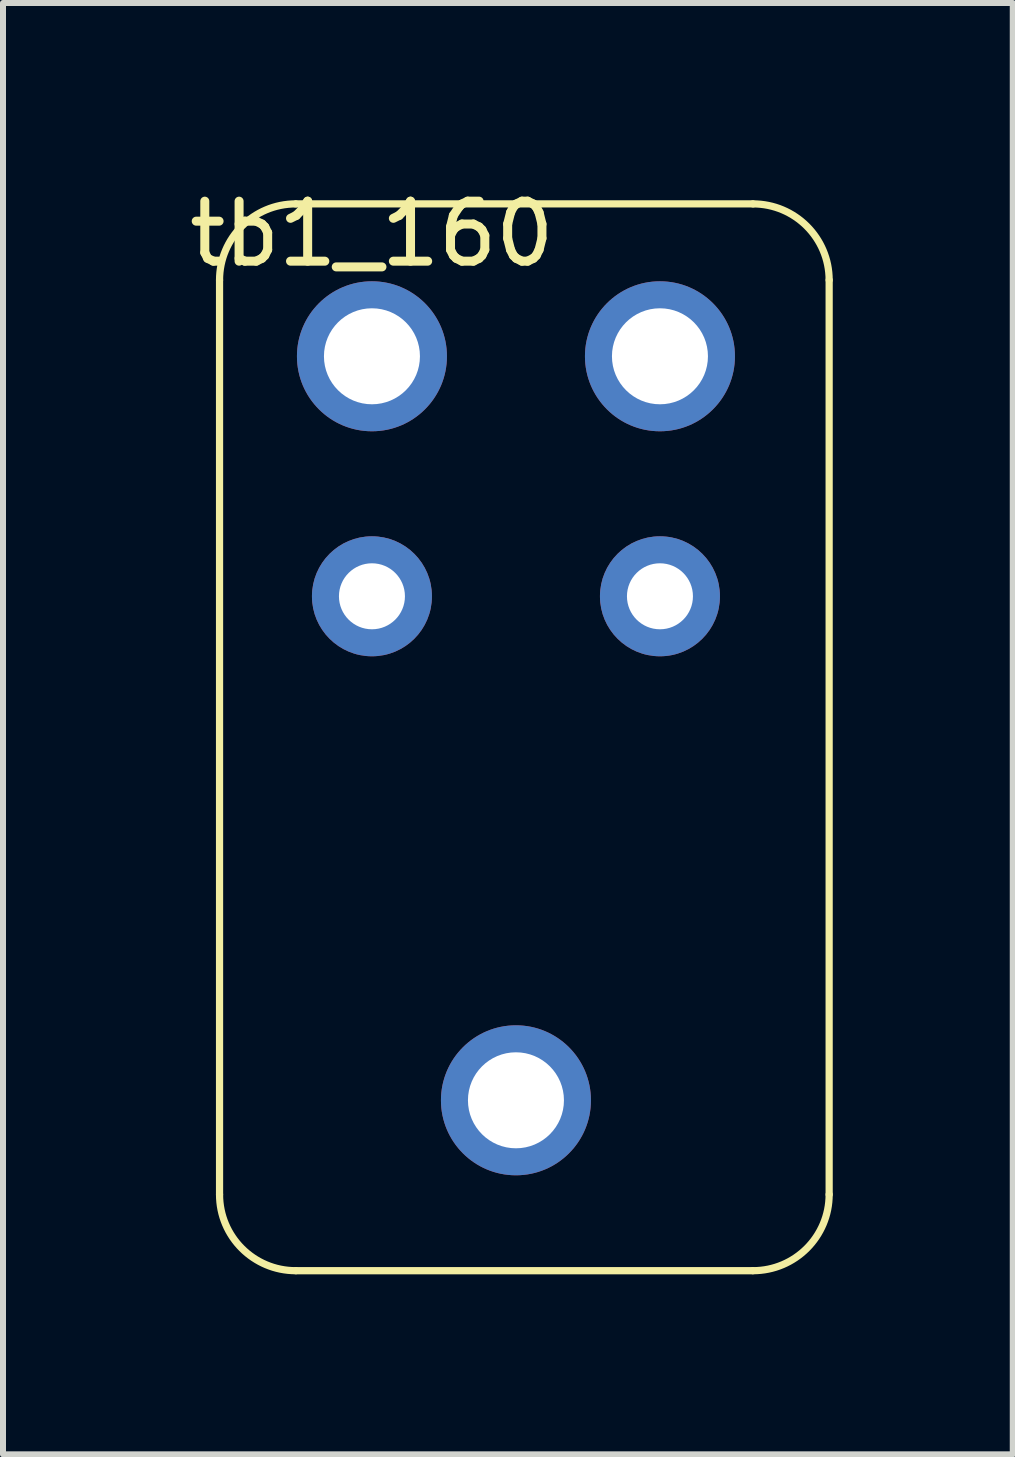
<source format=kicad_pcb>
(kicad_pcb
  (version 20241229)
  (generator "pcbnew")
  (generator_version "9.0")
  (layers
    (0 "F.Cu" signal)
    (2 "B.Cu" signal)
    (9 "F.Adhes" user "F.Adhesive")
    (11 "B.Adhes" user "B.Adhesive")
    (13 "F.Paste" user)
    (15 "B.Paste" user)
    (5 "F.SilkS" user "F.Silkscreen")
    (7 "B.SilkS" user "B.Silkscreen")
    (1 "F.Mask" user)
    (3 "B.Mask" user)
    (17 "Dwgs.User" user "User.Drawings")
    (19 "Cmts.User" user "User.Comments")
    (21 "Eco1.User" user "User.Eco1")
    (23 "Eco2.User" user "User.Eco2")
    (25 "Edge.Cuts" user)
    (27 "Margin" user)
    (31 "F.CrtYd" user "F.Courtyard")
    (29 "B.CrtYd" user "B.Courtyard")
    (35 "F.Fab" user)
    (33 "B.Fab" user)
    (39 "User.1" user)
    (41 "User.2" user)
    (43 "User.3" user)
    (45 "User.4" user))
  (footprint "tb1_160"
    (layer "F.Cu")
    (at 3.149 2.888)
    (property "Reference" "tb1_160" (at 0 -2.04 0) (layer "F.SilkS") (effects (font (size 1 1) (thickness 0.15))))
    (attr through_hole)
    (fp_line (start -2.54 13.97) (end -2.54 -1.27) (stroke (width 0.12) (type solid)) (layer "F.SilkS"))
    (fp_line (start -1.27 -2.54) (end 6.35 -2.54) (stroke (width 0.12) (type solid)) (layer "F.SilkS"))
    (fp_line (start 6.35 15.24) (end -1.27 15.24) (stroke (width 0.12) (type solid)) (layer "F.SilkS"))
    (fp_line (start 7.62 -1.27) (end 7.62 13.97) (stroke (width 0.12) (type solid)) (layer "F.SilkS"))
    (fp_arc (start -2.54 -1.27) (mid -2.168026 -2.168026) (end -1.27 -2.54) (stroke (width 0.12) (type solid)) (layer "F.SilkS"))
    (fp_arc (start -1.27 15.24) (mid -2.168026 14.868026) (end -2.54 13.97) (stroke (width 0.12) (type solid)) (layer "F.SilkS"))
    (fp_arc (start 6.35 -2.54) (mid 7.248026 -2.168026) (end 7.62 -1.27) (stroke (width 0.12) (type solid)) (layer "F.SilkS"))
    (fp_arc (start 7.62 13.97) (mid 7.248026 14.868026) (end 6.35 15.24) (stroke (width 0.12) (type solid)) (layer "F.SilkS"))
    (pad "1" thru_hole circle (at 0 0) (size 2.5 2.5) (drill 1.6) (layers "*.Cu" "*.Mask"))
    (pad "2" thru_hole circle (at 4.8 0) (size 2.5 2.5) (drill 1.6) (layers "*.Cu" "*.Mask"))
    (pad "3" thru_hole circle (at 0 4) (size 2 2) (drill 1.1) (layers "*.Cu" "*.Mask"))
    (pad "4" thru_hole circle (at 4.8 4) (size 2 2) (drill 1.1) (layers "*.Cu" "*.Mask"))
    (pad "5" thru_hole circle (at 2.4 12.4) (size 2.5 2.5) (drill 1.6) (layers "*.Cu" "*.Mask")))
  (gr_rect
    (start -3 -3)
    (end 13.829 21.188)
    (stroke (width 0.1) (type default))
    (fill no)
    (layer "Edge.Cuts")))
</source>
